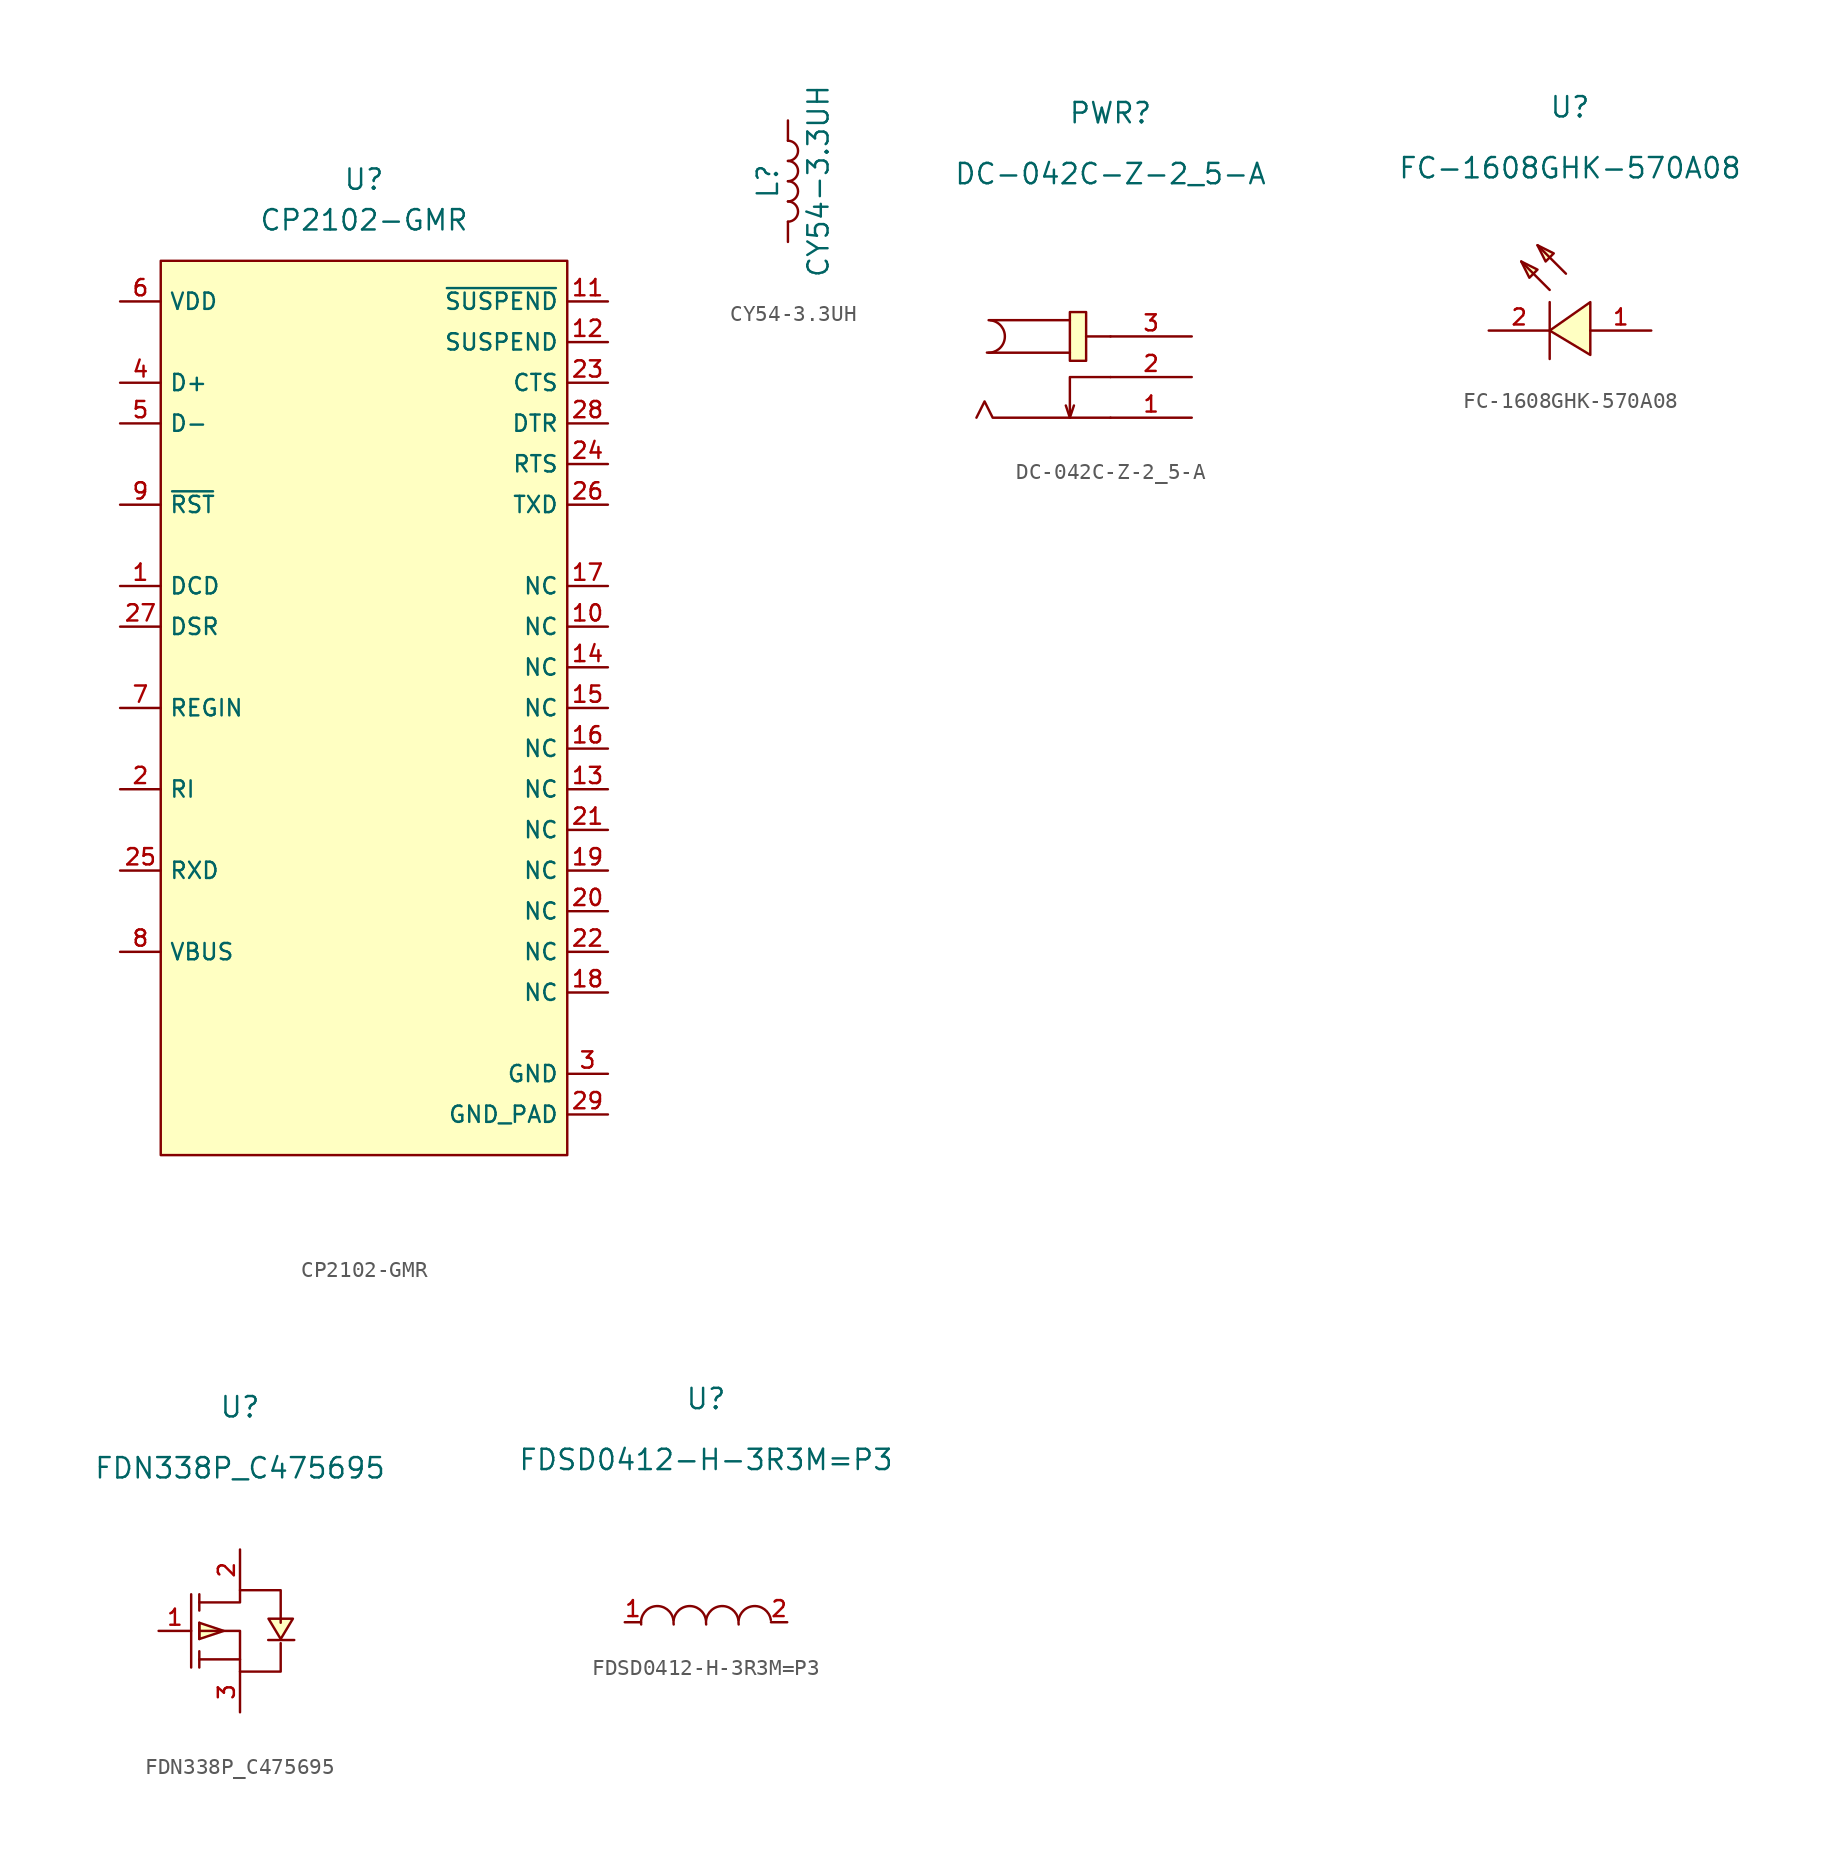
<source format=kicad_sym>
(kicad_symbol_lib
  (version 20220914)
  (generator kicad_symbol_editor)
  (symbol "CP2102-GMR"
    (property "Reference" "U"
      (at 0 30.48 0)
      (effects (font (size 1.27 1.27))))
    (property "Value" "CP2102-GMR"
      (at 0 27.94 0)
      (effects (font (size 1.27 1.27))))
    (symbol "CP2102-GMR_1_1"
      (rectangle (start -12.7 25.4) (end 12.7 -30.48) (stroke (width 0) (type default)) (fill (type background)))
      (pin input line (at -15.24 5.08 0) (length 2.54) (name "DCD" (effects (font (size 1.016 1.016)))) (number "1" (effects (font (size 1.016 1.016)))))
      (pin unspecified line (at 15.24 2.54 180) (length 2.54) (name "NC" (effects (font (size 1.016 1.016)))) (number "10" (effects (font (size 1.016 1.016)))))
      (pin output line (at 15.24 22.86 180) (length 2.54) (name "~{SUSPEND}" (effects (font (size 1.016 1.016)))) (number "11" (effects (font (size 1.016 1.016)))))
      (pin output line (at 15.24 20.32 180) (length 2.54) (name "SUSPEND" (effects (font (size 1.016 1.016)))) (number "12" (effects (font (size 1.016 1.016)))))
      (pin unspecified line (at 15.24 -7.62 180) (length 2.54) (name "NC" (effects (font (size 1.016 1.016)))) (number "13" (effects (font (size 1.016 1.016)))))
      (pin unspecified line (at 15.24 0 180) (length 2.54) (name "NC" (effects (font (size 1.016 1.016)))) (number "14" (effects (font (size 1.016 1.016)))))
      (pin unspecified line (at 15.24 -2.54 180) (length 2.54) (name "NC" (effects (font (size 1.016 1.016)))) (number "15" (effects (font (size 1.016 1.016)))))
      (pin unspecified line (at 15.24 -5.08 180) (length 2.54) (name "NC" (effects (font (size 1.016 1.016)))) (number "16" (effects (font (size 1.016 1.016)))))
      (pin unspecified line (at 15.24 5.08 180) (length 2.54) (name "NC" (effects (font (size 1.016 1.016)))) (number "17" (effects (font (size 1.016 1.016)))))
      (pin unspecified line (at 15.24 -20.32 180) (length 2.54) (name "NC" (effects (font (size 1.016 1.016)))) (number "18" (effects (font (size 1.016 1.016)))))
      (pin unspecified line (at 15.24 -12.7 180) (length 2.54) (name "NC" (effects (font (size 1.016 1.016)))) (number "19" (effects (font (size 1.016 1.016)))))
      (pin input line (at -15.24 -7.62 0) (length 2.54) (name "RI" (effects (font (size 1.016 1.016)))) (number "2" (effects (font (size 1.016 1.016)))))
      (pin unspecified line (at 15.24 -15.24 180) (length 2.54) (name "NC" (effects (font (size 1.016 1.016)))) (number "20" (effects (font (size 1.016 1.016)))))
      (pin unspecified line (at 15.24 -10.16 180) (length 2.54) (name "NC" (effects (font (size 1.016 1.016)))) (number "21" (effects (font (size 1.016 1.016)))))
      (pin unspecified line (at 15.24 -17.78 180) (length 2.54) (name "NC" (effects (font (size 1.016 1.016)))) (number "22" (effects (font (size 1.016 1.016)))))
      (pin unspecified line (at 15.24 17.78 180) (length 2.54) (name "CTS" (effects (font (size 1.016 1.016)))) (number "23" (effects (font (size 1.016 1.016)))))
      (pin unspecified line (at 15.24 12.7 180) (length 2.54) (name "RTS" (effects (font (size 1.016 1.016)))) (number "24" (effects (font (size 1.016 1.016)))))
      (pin input line (at -15.24 -12.7 0) (length 2.54) (name "RXD" (effects (font (size 1.016 1.016)))) (number "25" (effects (font (size 1.016 1.016)))))
      (pin output line (at 15.24 10.16 180) (length 2.54) (name "TXD" (effects (font (size 1.016 1.016)))) (number "26" (effects (font (size 1.016 1.016)))))
      (pin input line (at -15.24 2.54 0) (length 2.54) (name "DSR" (effects (font (size 1.016 1.016)))) (number "27" (effects (font (size 1.016 1.016)))))
      (pin output line (at 15.24 15.24 180) (length 2.54) (name "DTR" (effects (font (size 1.016 1.016)))) (number "28" (effects (font (size 1.016 1.016)))))
      (pin power_in line (at 15.24 -27.94 180) (length 2.54) (name "GND_PAD" (effects (font (size 1.016 1.016)))) (number "29" (effects (font (size 1.016 1.016)))))
      (pin unspecified line (at 15.24 -25.4 180) (length 2.54) (name "GND" (effects (font (size 1.016 1.016)))) (number "3" (effects (font (size 1.016 1.016)))))
      (pin bidirectional line (at -15.24 17.78 0) (length 2.54) (name "D+" (effects (font (size 1.016 1.016)))) (number "4" (effects (font (size 1.016 1.016)))))
      (pin bidirectional line (at -15.24 15.24 0) (length 2.54) (name "D-" (effects (font (size 1.016 1.016)))) (number "5" (effects (font (size 1.016 1.016)))))
      (pin power_in line (at -15.24 22.86 0) (length 2.54) (name "VDD" (effects (font (size 1.016 1.016)))) (number "6" (effects (font (size 1.016 1.016)))))
      (pin input line (at -15.24 -2.54 0) (length 2.54) (name "REGIN" (effects (font (size 1.016 1.016)))) (number "7" (effects (font (size 1.016 1.016)))))
      (pin input line (at -15.24 -17.78 0) (length 2.54) (name "VBUS" (effects (font (size 1.016 1.016)))) (number "8" (effects (font (size 1.016 1.016)))))
      (pin bidirectional line (at -15.24 10.16 0) (length 2.54) (name "~{RST}" (effects (font (size 1.016 1.016)))) (number "9" (effects (font (size 1.016 1.016)))))))
  (symbol "CY54-3.3UH"
    (pin_numbers hide)
    (pin_names
      (offset 1.016) hide)
    (property "Reference" "L"
      (at -1.27 0 90)
      (effects (font (size 1.27 1.27))))
    (property "Value" "CY54-3.3UH"
      (at 1.905 0 90)
      (effects (font (size 1.27 1.27))))
    (symbol "CY54-3.3UH_0_1"
      (arc (start 0 -2.54) (mid 0.6323 -1.905) (end 0 -1.27) (stroke (width 0) (type default)) (fill (type none)))
      (arc (start 0 -1.27) (mid 0.6323 -0.635) (end 0 0) (stroke (width 0) (type default)) (fill (type none)))
      (arc (start 0 0) (mid 0.6323 0.635) (end 0 1.27) (stroke (width 0) (type default)) (fill (type none)))
      (arc (start 0 1.27) (mid 0.6323 1.905) (end 0 2.54) (stroke (width 0) (type default)) (fill (type none))))
    (symbol "CY54-3.3UH_1_1"
      (pin passive line (at 0 3.81 270) (length 1.27) (name "1" (effects (font (size 1.27 1.27)))) (number "1" (effects (font (size 1.27 1.27)))))
      (pin passive line (at 0 -3.81 90) (length 1.27) (name "2" (effects (font (size 1.27 1.27)))) (number "2" (effects (font (size 1.27 1.27)))))))
  (symbol "DC-042C-Z-2_5-A"
    (pin_names hide)
    (property "Reference" "PWR"
      (at 0 1.27 0)
      (effects (font (size 1.27 1.27))))
    (property "Value" "DC-042C-Z-2_5-A"
      (at 0 -2.54 0)
      (effects (font (size 1.27 1.27))))
    (symbol "DC-042C-Z-2_5-A_0_0"
      (arc (start -7.7278 -13.7103) (mid -6.6141 -12.8073) (end -7.5122 -11.6897) (stroke (width 0) (type default)) (fill (type none)))
      (rectangle (start -2.54 -11.176) (end -1.524 -14.224) (stroke (width 0) (type default)) (fill (type background)))
      (polyline (pts (xy -2.54 -17.78) (xy -2.794 -17.018)) (stroke (width 0) (type default)) (fill (type none)))
      (polyline (pts (xy -2.54 -13.716) (xy -7.62 -13.716)) (stroke (width 0) (type default)) (fill (type none)))
      (polyline (pts (xy -2.54 -11.684) (xy -7.62 -11.684)) (stroke (width 0) (type default)) (fill (type none)))
      (polyline (pts (xy 0 -12.7) (xy -1.524 -12.7)) (stroke (width 0) (type default)) (fill (type none)))
      (polyline (pts (xy 0 -17.78) (xy -7.366 -17.78) (xy -7.874 -16.764) (xy -8.382 -17.78)) (stroke (width 0) (type default)) (fill (type none)))
      (polyline (pts (xy 0 -15.24) (xy -2.54 -15.24) (xy -2.54 -17.78) (xy -2.286 -17.018)) (stroke (width 0) (type default)) (fill (type none)))
      (pin unspecified line (at 5.08 -17.78 180) (length 5.08) (name "1" (effects (font (size 1 1)))) (number "1" (effects (font (size 1 1)))))
      (pin unspecified line (at 5.08 -15.24 180) (length 5.08) (name "2" (effects (font (size 1 1)))) (number "2" (effects (font (size 1 1)))))
      (pin unspecified line (at 5.08 -12.7 180) (length 5.08) (name "3" (effects (font (size 1 1)))) (number "3" (effects (font (size 1 1)))))))
  (symbol "FC-1608GHK-570A08"
    (pin_names hide)
    (property "Reference" "U"
      (at 0 1.27 0)
      (effects (font (size 1.27 1.27))))
    (property "Value" "FC-1608GHK-570A08"
      (at 0 -2.54 0)
      (effects (font (size 1.27 1.27))))
    (symbol "FC-1608GHK-570A08_0_0"
      (polyline (pts (xy -1.27 -14.478) (xy -1.27 -10.922)) (stroke (width 0) (type default)) (fill (type none)))
      (polyline (pts (xy -1.27 -10.16) (xy -3.048 -8.382)) (stroke (width 0) (type default)) (fill (type none)))
      (polyline (pts (xy -0.254 -9.144) (xy -2.032 -7.366)) (stroke (width 0) (type default)) (fill (type none)))
      (polyline (pts (xy -3.048 -8.382) (xy -2.032 -8.89) (xy -2.54 -9.398) (xy -3.048 -8.382)) (stroke (width 0) (type default)) (fill (type background)))
      (polyline (pts (xy -2.032 -7.366) (xy -1.016 -7.874) (xy -1.524 -8.382) (xy -2.032 -7.366)) (stroke (width 0) (type default)) (fill (type background)))
      (polyline (pts (xy 1.27 -14.224) (xy -1.27 -12.7) (xy 1.27 -10.922) (xy 1.27 -14.224)) (stroke (width 0) (type default)) (fill (type background)))
      (pin unspecified line (at 5.08 -12.7 180) (length 3.81) (name "+" (effects (font (size 1 1)))) (number "1" (effects (font (size 1 1)))))
      (pin unspecified line (at -5.08 -12.7 0) (length 3.81) (name "-" (effects (font (size 1 1)))) (number "2" (effects (font (size 1 1)))))))
  (symbol "FDN338P_C475695"
    (pin_names hide)
    (property "Reference" "U"
      (at 0 1.27 0)
      (effects (font (size 1.27 1.27))))
    (property "Value" "FDN338P_C475695"
      (at 0 -2.54 0)
      (effects (font (size 1.27 1.27))))
    (symbol "FDN338P_C475695_0_0"
      (polyline (pts (xy -3.048 -10.414) (xy -3.048 -14.986)) (stroke (width 0) (type default)) (fill (type none)))
      (polyline (pts (xy -2.54 -14.986) (xy -2.54 -13.97)) (stroke (width 0) (type default)) (fill (type none)))
      (polyline (pts (xy -2.54 -13.208) (xy -2.54 -12.192)) (stroke (width 0) (type default)) (fill (type none)))
      (polyline (pts (xy -2.54 -10.414) (xy -2.54 -11.43)) (stroke (width 0) (type default)) (fill (type none)))
      (polyline (pts (xy 0 -14.478) (xy -2.54 -14.478)) (stroke (width 0) (type default)) (fill (type none)))
      (polyline (pts (xy 3.386 -13.269) (xy 1.76 -13.269)) (stroke (width 0) (type default)) (fill (type none)))
      (polyline (pts (xy -1.016 -12.7) (xy -2.54 -12.192) (xy -2.54 -13.208) (xy -1.016 -12.7)) (stroke (width 0) (type default)) (fill (type background)))
      (polyline (pts (xy 2.54 -13.208) (xy 3.302 -11.938) (xy 1.778 -11.938) (xy 2.54 -13.208)) (stroke (width 0) (type default)) (fill (type background)))
      (polyline (pts (xy -2.54 -12.7) (xy 0 -12.7) (xy 0 -15.24) (xy 2.54 -15.24) (xy 2.54 -13.462)) (stroke (width 0) (type default)) (fill (type none)))
      (polyline (pts (xy -2.54 -10.922) (xy 0 -10.922) (xy 0 -10.16) (xy 2.54 -10.16) (xy 2.54 -12.192)) (stroke (width 0) (type default)) (fill (type none)))
      (pin unspecified line (at -5.08 -12.7 0) (length 2.032) (name "G" (effects (font (size 1 1)))) (number "1" (effects (font (size 1 1)))))
      (pin unspecified line (at 0 -7.62 270) (length 2.54) (name "D" (effects (font (size 1 1)))) (number "2" (effects (font (size 1 1)))))
      (pin unspecified line (at 0 -17.78 90) (length 2.54) (name "S" (effects (font (size 1 1)))) (number "3" (effects (font (size 1 1)))))))
  (symbol "FDSD0412-H-3R3M=P3"
    (pin_names hide)
    (property "Reference" "U"
      (at 0 1.27 0)
      (effects (font (size 1.27 1.27))))
    (property "Value" "FDSD0412-H-3R3M=P3"
      (at 0 -2.54 0)
      (effects (font (size 1.27 1.27))))
    (symbol "FDSD0412-H-3R3M=P3_0_0"
      (arc (start -2.0419 -12.5587) (mid -3.1886 -11.6984) (end -4.0541 -12.8413) (stroke (width 0) (type default)) (fill (type none)))
      (arc (start -0.0099 -12.5587) (mid -1.1566 -11.6984) (end -2.0221 -12.8413) (stroke (width 0) (type default)) (fill (type none)))
      (arc (start 2.0221 -12.5587) (mid 0.8754 -11.6984) (end 0.0099 -12.8413) (stroke (width 0) (type default)) (fill (type none)))
      (arc (start 4.0541 -12.5587) (mid 2.9074 -11.6984) (end 2.0419 -12.8413) (stroke (width 0) (type default)) (fill (type none)))
      (pin unspecified line (at -5.08 -12.7 0) (length 1.016) (name "1" (effects (font (size 1 1)))) (number "1" (effects (font (size 1 1)))))
      (pin unspecified line (at 5.08 -12.7 180) (length 1.016) (name "2" (effects (font (size 1 1)))) (number "2" (effects (font (size 1 1))))))))
</source>
